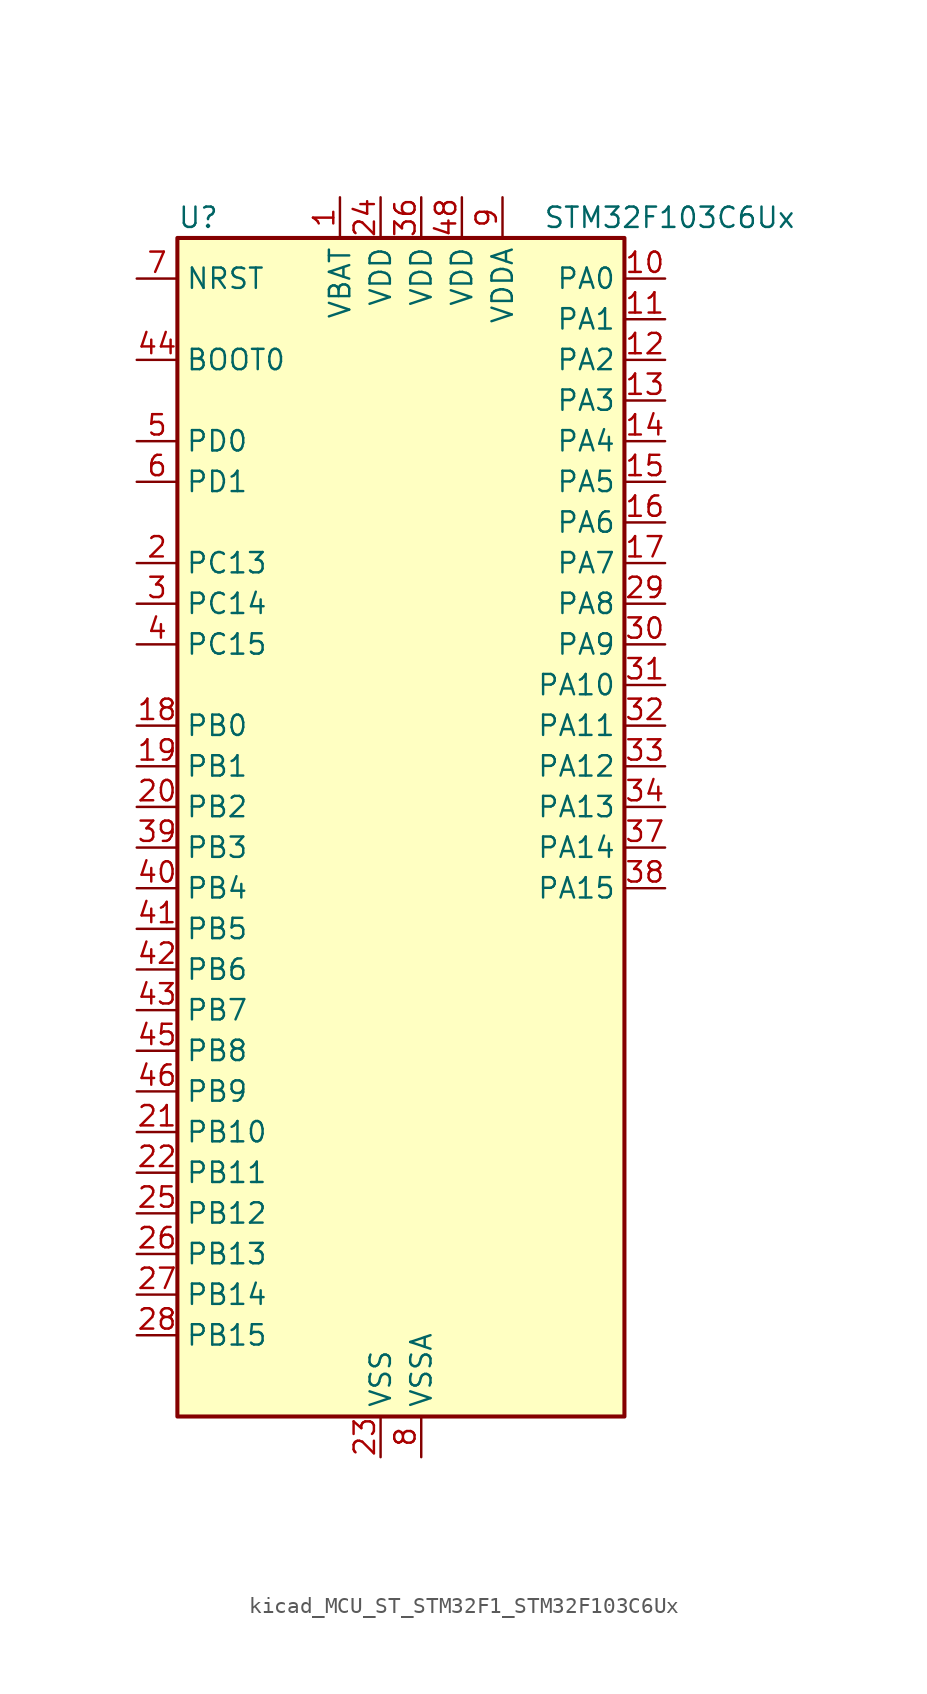
<source format=kicad_sym>
(kicad_symbol_lib
  (version 20220914)
  (generator kicad_symbol_editor)
  (symbol "kicad_MCU_ST_STM32F1_STM32F103C6Ux"
    (property "Reference" "U"
      (at -12.7 39.37 0)
      (effects (font (size 1.27 1.27)) (justify left)))
    (property "Value" "STM32F103C6Ux"
      (at 10.16 39.37 0)
      (effects (font (size 1.27 1.27)) (justify left)))
    (property "ki_locked" ""
      (at 0 0 0)
      (effects (font (size 1.27 1.27))))
    (symbol "kicad_MCU_ST_STM32F1_STM32F103C6Ux_0_1"
      (rectangle (start -12.7 -35.56) (end 15.24 38.1) (stroke (width 0.254) (type default)) (fill (type background))))
    (symbol "kicad_MCU_ST_STM32F1_STM32F103C6Ux_1_1"
      (pin power_in line (at -2.54 40.64 270) (length 2.54) (name "VBAT" (effects (font (size 1.27 1.27)))) (number "1" (effects (font (size 1.27 1.27)))))
      (pin bidirectional line (at 17.78 35.56 180) (length 2.54) (name "PA0" (effects (font (size 1.27 1.27)))) (number "10" (effects (font (size 1.27 1.27)))) (alternate "ADC1_IN0" bidirectional line) (alternate "ADC2_IN0" bidirectional line) (alternate "SYS_WKUP" bidirectional line) (alternate "TIM2_CH1" bidirectional line) (alternate "TIM2_ETR" bidirectional line) (alternate "USART2_CTS" bidirectional line))
      (pin bidirectional line (at 17.78 33.02 180) (length 2.54) (name "PA1" (effects (font (size 1.27 1.27)))) (number "11" (effects (font (size 1.27 1.27)))) (alternate "ADC1_IN1" bidirectional line) (alternate "ADC2_IN1" bidirectional line) (alternate "TIM2_CH2" bidirectional line) (alternate "USART2_RTS" bidirectional line))
      (pin bidirectional line (at 17.78 30.48 180) (length 2.54) (name "PA2" (effects (font (size 1.27 1.27)))) (number "12" (effects (font (size 1.27 1.27)))) (alternate "ADC1_IN2" bidirectional line) (alternate "ADC2_IN2" bidirectional line) (alternate "TIM2_CH3" bidirectional line) (alternate "USART2_TX" bidirectional line))
      (pin bidirectional line (at 17.78 27.94 180) (length 2.54) (name "PA3" (effects (font (size 1.27 1.27)))) (number "13" (effects (font (size 1.27 1.27)))) (alternate "ADC1_IN3" bidirectional line) (alternate "ADC2_IN3" bidirectional line) (alternate "TIM2_CH4" bidirectional line) (alternate "USART2_RX" bidirectional line))
      (pin bidirectional line (at 17.78 25.4 180) (length 2.54) (name "PA4" (effects (font (size 1.27 1.27)))) (number "14" (effects (font (size 1.27 1.27)))) (alternate "ADC1_IN4" bidirectional line) (alternate "ADC2_IN4" bidirectional line) (alternate "SPI1_NSS" bidirectional line) (alternate "USART2_CK" bidirectional line))
      (pin bidirectional line (at 17.78 22.86 180) (length 2.54) (name "PA5" (effects (font (size 1.27 1.27)))) (number "15" (effects (font (size 1.27 1.27)))) (alternate "ADC1_IN5" bidirectional line) (alternate "ADC2_IN5" bidirectional line) (alternate "SPI1_SCK" bidirectional line))
      (pin bidirectional line (at 17.78 20.32 180) (length 2.54) (name "PA6" (effects (font (size 1.27 1.27)))) (number "16" (effects (font (size 1.27 1.27)))) (alternate "ADC1_IN6" bidirectional line) (alternate "ADC2_IN6" bidirectional line) (alternate "SPI1_MISO" bidirectional line) (alternate "TIM1_BKIN" bidirectional line) (alternate "TIM3_CH1" bidirectional line))
      (pin bidirectional line (at 17.78 17.78 180) (length 2.54) (name "PA7" (effects (font (size 1.27 1.27)))) (number "17" (effects (font (size 1.27 1.27)))) (alternate "ADC1_IN7" bidirectional line) (alternate "ADC2_IN7" bidirectional line) (alternate "SPI1_MOSI" bidirectional line) (alternate "TIM1_CH1N" bidirectional line) (alternate "TIM3_CH2" bidirectional line))
      (pin bidirectional line (at -15.24 7.62 0) (length 2.54) (name "PB0" (effects (font (size 1.27 1.27)))) (number "18" (effects (font (size 1.27 1.27)))) (alternate "ADC1_IN8" bidirectional line) (alternate "ADC2_IN8" bidirectional line) (alternate "TIM1_CH2N" bidirectional line) (alternate "TIM3_CH3" bidirectional line))
      (pin bidirectional line (at -15.24 5.08 0) (length 2.54) (name "PB1" (effects (font (size 1.27 1.27)))) (number "19" (effects (font (size 1.27 1.27)))) (alternate "ADC1_IN9" bidirectional line) (alternate "ADC2_IN9" bidirectional line) (alternate "TIM1_CH3N" bidirectional line) (alternate "TIM3_CH4" bidirectional line))
      (pin bidirectional line (at -15.24 17.78 0) (length 2.54) (name "PC13" (effects (font (size 1.27 1.27)))) (number "2" (effects (font (size 1.27 1.27)))) (alternate "RTC_OUT" bidirectional line) (alternate "RTC_TAMPER" bidirectional line))
      (pin bidirectional line (at -15.24 2.54 0) (length 2.54) (name "PB2" (effects (font (size 1.27 1.27)))) (number "20" (effects (font (size 1.27 1.27)))))
      (pin bidirectional line (at -15.24 -17.78 0) (length 2.54) (name "PB10" (effects (font (size 1.27 1.27)))) (number "21" (effects (font (size 1.27 1.27)))) (alternate "TIM2_CH3" bidirectional line))
      (pin bidirectional line (at -15.24 -20.32 0) (length 2.54) (name "PB11" (effects (font (size 1.27 1.27)))) (number "22" (effects (font (size 1.27 1.27)))) (alternate "ADC1_EXTI11" bidirectional line) (alternate "ADC2_EXTI11" bidirectional line) (alternate "TIM2_CH4" bidirectional line))
      (pin power_in line (at 0 -38.1 90) (length 2.54) (name "VSS" (effects (font (size 1.27 1.27)))) (number "23" (effects (font (size 1.27 1.27)))))
      (pin power_in line (at 0 40.64 270) (length 2.54) (name "VDD" (effects (font (size 1.27 1.27)))) (number "24" (effects (font (size 1.27 1.27)))))
      (pin bidirectional line (at -15.24 -22.86 0) (length 2.54) (name "PB12" (effects (font (size 1.27 1.27)))) (number "25" (effects (font (size 1.27 1.27)))) (alternate "TIM1_BKIN" bidirectional line))
      (pin bidirectional line (at -15.24 -25.4 0) (length 2.54) (name "PB13" (effects (font (size 1.27 1.27)))) (number "26" (effects (font (size 1.27 1.27)))) (alternate "TIM1_CH1N" bidirectional line))
      (pin bidirectional line (at -15.24 -27.94 0) (length 2.54) (name "PB14" (effects (font (size 1.27 1.27)))) (number "27" (effects (font (size 1.27 1.27)))) (alternate "TIM1_CH2N" bidirectional line))
      (pin bidirectional line (at -15.24 -30.48 0) (length 2.54) (name "PB15" (effects (font (size 1.27 1.27)))) (number "28" (effects (font (size 1.27 1.27)))) (alternate "ADC1_EXTI15" bidirectional line) (alternate "ADC2_EXTI15" bidirectional line) (alternate "TIM1_CH3N" bidirectional line))
      (pin bidirectional line (at 17.78 15.24 180) (length 2.54) (name "PA8" (effects (font (size 1.27 1.27)))) (number "29" (effects (font (size 1.27 1.27)))) (alternate "RCC_MCO" bidirectional line) (alternate "TIM1_CH1" bidirectional line) (alternate "USART1_CK" bidirectional line))
      (pin bidirectional line (at -15.24 15.24 0) (length 2.54) (name "PC14" (effects (font (size 1.27 1.27)))) (number "3" (effects (font (size 1.27 1.27)))) (alternate "RCC_OSC32_IN" bidirectional line))
      (pin bidirectional line (at 17.78 12.7 180) (length 2.54) (name "PA9" (effects (font (size 1.27 1.27)))) (number "30" (effects (font (size 1.27 1.27)))) (alternate "TIM1_CH2" bidirectional line) (alternate "USART1_TX" bidirectional line))
      (pin bidirectional line (at 17.78 10.16 180) (length 2.54) (name "PA10" (effects (font (size 1.27 1.27)))) (number "31" (effects (font (size 1.27 1.27)))) (alternate "TIM1_CH3" bidirectional line) (alternate "USART1_RX" bidirectional line))
      (pin bidirectional line (at 17.78 7.62 180) (length 2.54) (name "PA11" (effects (font (size 1.27 1.27)))) (number "32" (effects (font (size 1.27 1.27)))) (alternate "ADC1_EXTI11" bidirectional line) (alternate "ADC2_EXTI11" bidirectional line) (alternate "CAN_RX" bidirectional line) (alternate "TIM1_CH4" bidirectional line) (alternate "USART1_CTS" bidirectional line) (alternate "USB_DM" bidirectional line))
      (pin bidirectional line (at 17.78 5.08 180) (length 2.54) (name "PA12" (effects (font (size 1.27 1.27)))) (number "33" (effects (font (size 1.27 1.27)))) (alternate "CAN_TX" bidirectional line) (alternate "TIM1_ETR" bidirectional line) (alternate "USART1_RTS" bidirectional line) (alternate "USB_DP" bidirectional line))
      (pin bidirectional line (at 17.78 2.54 180) (length 2.54) (name "PA13" (effects (font (size 1.27 1.27)))) (number "34" (effects (font (size 1.27 1.27)))) (alternate "SYS_JTMS-SWDIO" bidirectional line))
      (pin passive line (at 0 -38.1 90) (length 2.54) hide (name "VSS" (effects (font (size 1.27 1.27)))) (number "35" (effects (font (size 1.27 1.27)))))
      (pin power_in line (at 2.54 40.64 270) (length 2.54) (name "VDD" (effects (font (size 1.27 1.27)))) (number "36" (effects (font (size 1.27 1.27)))))
      (pin bidirectional line (at 17.78 0 180) (length 2.54) (name "PA14" (effects (font (size 1.27 1.27)))) (number "37" (effects (font (size 1.27 1.27)))) (alternate "SYS_JTCK-SWCLK" bidirectional line))
      (pin bidirectional line (at 17.78 -2.54 180) (length 2.54) (name "PA15" (effects (font (size 1.27 1.27)))) (number "38" (effects (font (size 1.27 1.27)))) (alternate "ADC1_EXTI15" bidirectional line) (alternate "ADC2_EXTI15" bidirectional line) (alternate "SPI1_NSS" bidirectional line) (alternate "SYS_JTDI" bidirectional line) (alternate "TIM2_CH1" bidirectional line) (alternate "TIM2_ETR" bidirectional line))
      (pin bidirectional line (at -15.24 0 0) (length 2.54) (name "PB3" (effects (font (size 1.27 1.27)))) (number "39" (effects (font (size 1.27 1.27)))) (alternate "SPI1_SCK" bidirectional line) (alternate "SYS_JTDO-TRACESWO" bidirectional line) (alternate "TIM2_CH2" bidirectional line))
      (pin bidirectional line (at -15.24 12.7 0) (length 2.54) (name "PC15" (effects (font (size 1.27 1.27)))) (number "4" (effects (font (size 1.27 1.27)))) (alternate "ADC1_EXTI15" bidirectional line) (alternate "ADC2_EXTI15" bidirectional line) (alternate "RCC_OSC32_OUT" bidirectional line))
      (pin bidirectional line (at -15.24 -2.54 0) (length 2.54) (name "PB4" (effects (font (size 1.27 1.27)))) (number "40" (effects (font (size 1.27 1.27)))) (alternate "SPI1_MISO" bidirectional line) (alternate "SYS_NJTRST" bidirectional line) (alternate "TIM3_CH1" bidirectional line))
      (pin bidirectional line (at -15.24 -5.08 0) (length 2.54) (name "PB5" (effects (font (size 1.27 1.27)))) (number "41" (effects (font (size 1.27 1.27)))) (alternate "I2C1_SMBA" bidirectional line) (alternate "SPI1_MOSI" bidirectional line) (alternate "TIM3_CH2" bidirectional line))
      (pin bidirectional line (at -15.24 -7.62 0) (length 2.54) (name "PB6" (effects (font (size 1.27 1.27)))) (number "42" (effects (font (size 1.27 1.27)))) (alternate "I2C1_SCL" bidirectional line) (alternate "USART1_TX" bidirectional line))
      (pin bidirectional line (at -15.24 -10.16 0) (length 2.54) (name "PB7" (effects (font (size 1.27 1.27)))) (number "43" (effects (font (size 1.27 1.27)))) (alternate "I2C1_SDA" bidirectional line) (alternate "USART1_RX" bidirectional line))
      (pin input line (at -15.24 30.48 0) (length 2.54) (name "BOOT0" (effects (font (size 1.27 1.27)))) (number "44" (effects (font (size 1.27 1.27)))))
      (pin bidirectional line (at -15.24 -12.7 0) (length 2.54) (name "PB8" (effects (font (size 1.27 1.27)))) (number "45" (effects (font (size 1.27 1.27)))) (alternate "CAN_RX" bidirectional line) (alternate "I2C1_SCL" bidirectional line))
      (pin bidirectional line (at -15.24 -15.24 0) (length 2.54) (name "PB9" (effects (font (size 1.27 1.27)))) (number "46" (effects (font (size 1.27 1.27)))) (alternate "CAN_TX" bidirectional line) (alternate "I2C1_SDA" bidirectional line))
      (pin passive line (at 0 -38.1 90) (length 2.54) hide (name "VSS" (effects (font (size 1.27 1.27)))) (number "47" (effects (font (size 1.27 1.27)))))
      (pin power_in line (at 5.08 40.64 270) (length 2.54) (name "VDD" (effects (font (size 1.27 1.27)))) (number "48" (effects (font (size 1.27 1.27)))))
      (pin passive line (at 0 -38.1 90) (length 2.54) hide (name "VSS" (effects (font (size 1.27 1.27)))) (number "49" (effects (font (size 1.27 1.27)))))
      (pin bidirectional line (at -15.24 25.4 0) (length 2.54) (name "PD0" (effects (font (size 1.27 1.27)))) (number "5" (effects (font (size 1.27 1.27)))) (alternate "RCC_OSC_IN" bidirectional line))
      (pin bidirectional line (at -15.24 22.86 0) (length 2.54) (name "PD1" (effects (font (size 1.27 1.27)))) (number "6" (effects (font (size 1.27 1.27)))) (alternate "RCC_OSC_OUT" bidirectional line))
      (pin input line (at -15.24 35.56 0) (length 2.54) (name "NRST" (effects (font (size 1.27 1.27)))) (number "7" (effects (font (size 1.27 1.27)))))
      (pin power_in line (at 2.54 -38.1 90) (length 2.54) (name "VSSA" (effects (font (size 1.27 1.27)))) (number "8" (effects (font (size 1.27 1.27)))))
      (pin power_in line (at 7.62 40.64 270) (length 2.54) (name "VDDA" (effects (font (size 1.27 1.27)))) (number "9" (effects (font (size 1.27 1.27))))))))
</source>
